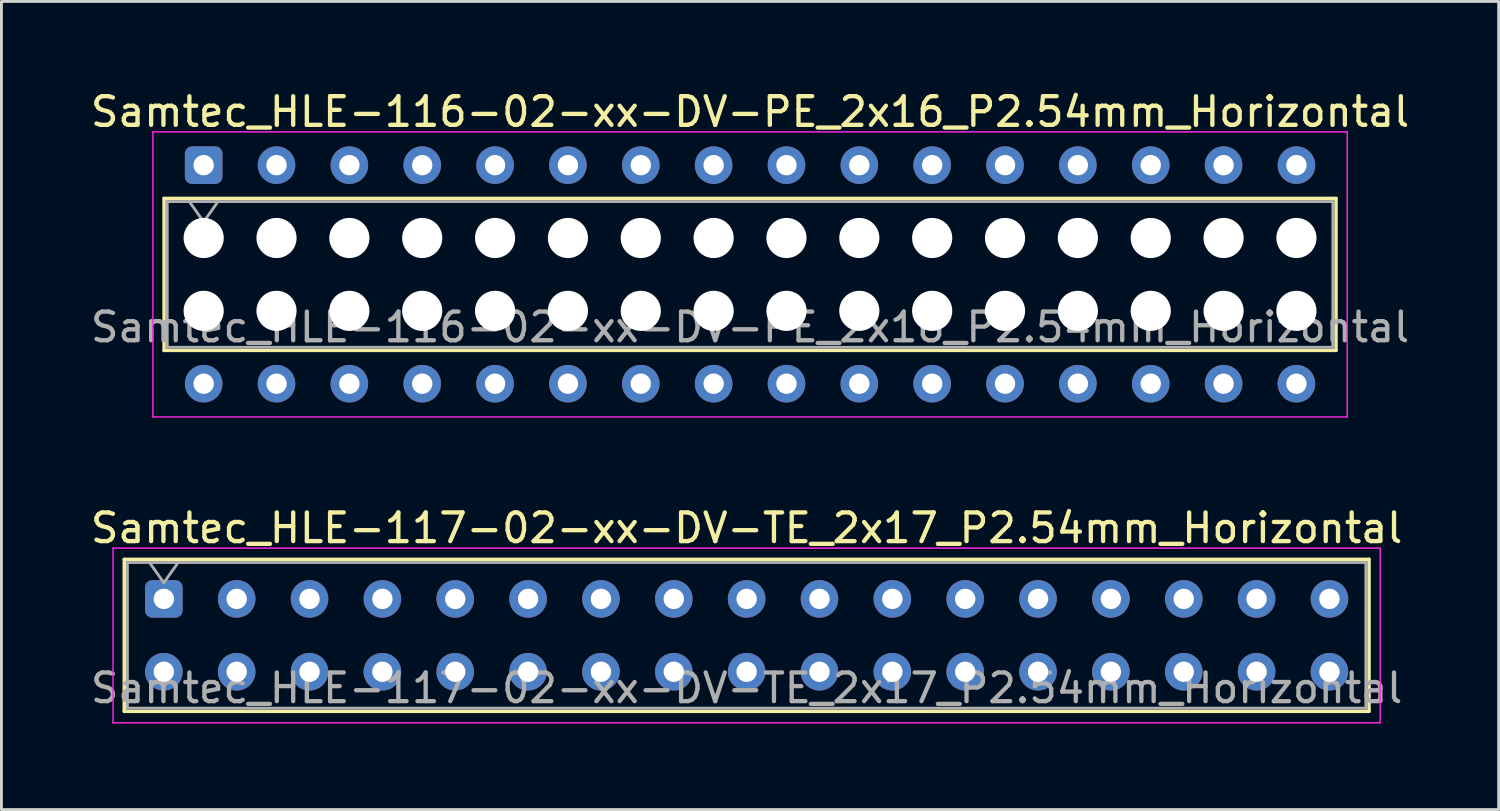
<source format=kicad_pcb>
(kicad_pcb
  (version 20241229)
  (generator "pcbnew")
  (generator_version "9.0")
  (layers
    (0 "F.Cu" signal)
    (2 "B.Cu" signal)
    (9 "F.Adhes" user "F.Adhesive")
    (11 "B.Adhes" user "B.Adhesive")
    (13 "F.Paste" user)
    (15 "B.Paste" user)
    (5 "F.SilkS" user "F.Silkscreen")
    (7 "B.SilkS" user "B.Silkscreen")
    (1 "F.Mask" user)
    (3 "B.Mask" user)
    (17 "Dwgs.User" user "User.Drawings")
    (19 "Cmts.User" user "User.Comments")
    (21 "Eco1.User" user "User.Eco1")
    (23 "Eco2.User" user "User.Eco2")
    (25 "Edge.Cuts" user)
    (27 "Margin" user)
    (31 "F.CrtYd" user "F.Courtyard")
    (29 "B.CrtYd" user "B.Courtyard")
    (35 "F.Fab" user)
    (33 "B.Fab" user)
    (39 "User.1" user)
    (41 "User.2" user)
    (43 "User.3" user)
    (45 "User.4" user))
  (footprint "Samtec_HLE-117-02-xx-DV-TE_2x17_P2.54mm_Horizontal"
    (layer "F.Cu")
    (at 2.662 17.831)
    (property "Reference" "Samtec_HLE-117-02-xx-DV-TE_2x17_P2.54mm_Horizontal" (at 20.32 -2.47 0) (layer "F.SilkS") (effects (font (size 1 1) (thickness 0.15))))
    (attr through_hole)
    (fp_line (start -1.38 -1.38) (end 42.02 -1.38) (stroke (width 0.12) (type solid)) (layer "F.SilkS"))
    (fp_line (start -1.38 3.92) (end -1.38 -1.38) (stroke (width 0.12) (type solid)) (layer "F.SilkS"))
    (fp_line (start 42.02 -1.38) (end 42.02 3.92) (stroke (width 0.12) (type solid)) (layer "F.SilkS"))
    (fp_line (start 42.02 3.92) (end -1.38 3.92) (stroke (width 0.12) (type solid)) (layer "F.SilkS"))
    (fp_line (start -1.77 -1.77) (end 42.41 -1.77) (stroke (width 0.05) (type solid)) (layer "F.CrtYd"))
    (fp_line (start -1.77 4.32) (end -1.77 -1.77) (stroke (width 0.05) (type solid)) (layer "F.CrtYd"))
    (fp_line (start 42.41 -1.77) (end 42.41 4.32) (stroke (width 0.05) (type solid)) (layer "F.CrtYd"))
    (fp_line (start 42.41 4.32) (end -1.77 4.32) (stroke (width 0.05) (type solid)) (layer "F.CrtYd"))
    (fp_line (start -1.27 -1.27) (end 41.91 -1.27) (stroke (width 0.1) (type solid)) (layer "F.Fab"))
    (fp_line (start -1.27 3.81) (end -1.27 -1.27) (stroke (width 0.1) (type solid)) (layer "F.Fab"))
    (fp_line (start -0.5 -1.27) (end 0 -0.563) (stroke (width 0.1) (type solid)) (layer "F.Fab"))
    (fp_line (start 0 -0.563) (end 0.5 -1.27) (stroke (width 0.1) (type solid)) (layer "F.Fab"))
    (fp_line (start 41.91 -1.27) (end 41.91 3.81) (stroke (width 0.1) (type solid)) (layer "F.Fab"))
    (fp_line (start 41.91 3.81) (end -1.27 3.81) (stroke (width 0.1) (type solid)) (layer "F.Fab"))
    (fp_text user "${REFERENCE}" (at 20.32 3.11 0) (layer "F.Fab") (effects (font (size 1 1) (thickness 0.15))))
    (pad "1" thru_hole roundrect (at 0 0) (size 1.31 1.31) (drill 0.71) (layers "*.Cu" "*.Mask") (roundrect_rratio 0.191))
    (pad "2" thru_hole circle (at 0 2.54) (size 1.31 1.31) (drill 0.71) (layers "*.Cu" "*.Mask"))
    (pad "3" thru_hole circle (at 2.54 0) (size 1.31 1.31) (drill 0.71) (layers "*.Cu" "*.Mask"))
    (pad "4" thru_hole circle (at 2.54 2.54) (size 1.31 1.31) (drill 0.71) (layers "*.Cu" "*.Mask"))
    (pad "5" thru_hole circle (at 5.08 0) (size 1.31 1.31) (drill 0.71) (layers "*.Cu" "*.Mask"))
    (pad "6" thru_hole circle (at 5.08 2.54) (size 1.31 1.31) (drill 0.71) (layers "*.Cu" "*.Mask"))
    (pad "7" thru_hole circle (at 7.62 0) (size 1.31 1.31) (drill 0.71) (layers "*.Cu" "*.Mask"))
    (pad "8" thru_hole circle (at 7.62 2.54) (size 1.31 1.31) (drill 0.71) (layers "*.Cu" "*.Mask"))
    (pad "9" thru_hole circle (at 10.16 0) (size 1.31 1.31) (drill 0.71) (layers "*.Cu" "*.Mask"))
    (pad "10" thru_hole circle (at 10.16 2.54) (size 1.31 1.31) (drill 0.71) (layers "*.Cu" "*.Mask"))
    (pad "11" thru_hole circle (at 12.7 0) (size 1.31 1.31) (drill 0.71) (layers "*.Cu" "*.Mask"))
    (pad "12" thru_hole circle (at 12.7 2.54) (size 1.31 1.31) (drill 0.71) (layers "*.Cu" "*.Mask"))
    (pad "13" thru_hole circle (at 15.24 0) (size 1.31 1.31) (drill 0.71) (layers "*.Cu" "*.Mask"))
    (pad "14" thru_hole circle (at 15.24 2.54) (size 1.31 1.31) (drill 0.71) (layers "*.Cu" "*.Mask"))
    (pad "15" thru_hole circle (at 17.78 0) (size 1.31 1.31) (drill 0.71) (layers "*.Cu" "*.Mask"))
    (pad "16" thru_hole circle (at 17.78 2.54) (size 1.31 1.31) (drill 0.71) (layers "*.Cu" "*.Mask"))
    (pad "17" thru_hole circle (at 20.32 0) (size 1.31 1.31) (drill 0.71) (layers "*.Cu" "*.Mask"))
    (pad "18" thru_hole circle (at 20.32 2.54) (size 1.31 1.31) (drill 0.71) (layers "*.Cu" "*.Mask"))
    (pad "19" thru_hole circle (at 22.86 0) (size 1.31 1.31) (drill 0.71) (layers "*.Cu" "*.Mask"))
    (pad "20" thru_hole circle (at 22.86 2.54) (size 1.31 1.31) (drill 0.71) (layers "*.Cu" "*.Mask"))
    (pad "21" thru_hole circle (at 25.4 0) (size 1.31 1.31) (drill 0.71) (layers "*.Cu" "*.Mask"))
    (pad "22" thru_hole circle (at 25.4 2.54) (size 1.31 1.31) (drill 0.71) (layers "*.Cu" "*.Mask"))
    (pad "23" thru_hole circle (at 27.94 0) (size 1.31 1.31) (drill 0.71) (layers "*.Cu" "*.Mask"))
    (pad "24" thru_hole circle (at 27.94 2.54) (size 1.31 1.31) (drill 0.71) (layers "*.Cu" "*.Mask"))
    (pad "25" thru_hole circle (at 30.48 0) (size 1.31 1.31) (drill 0.71) (layers "*.Cu" "*.Mask"))
    (pad "26" thru_hole circle (at 30.48 2.54) (size 1.31 1.31) (drill 0.71) (layers "*.Cu" "*.Mask"))
    (pad "27" thru_hole circle (at 33.02 0) (size 1.31 1.31) (drill 0.71) (layers "*.Cu" "*.Mask"))
    (pad "28" thru_hole circle (at 33.02 2.54) (size 1.31 1.31) (drill 0.71) (layers "*.Cu" "*.Mask"))
    (pad "29" thru_hole circle (at 35.56 0) (size 1.31 1.31) (drill 0.71) (layers "*.Cu" "*.Mask"))
    (pad "30" thru_hole circle (at 35.56 2.54) (size 1.31 1.31) (drill 0.71) (layers "*.Cu" "*.Mask"))
    (pad "31" thru_hole circle (at 38.1 0) (size 1.31 1.31) (drill 0.71) (layers "*.Cu" "*.Mask"))
    (pad "32" thru_hole circle (at 38.1 2.54) (size 1.31 1.31) (drill 0.71) (layers "*.Cu" "*.Mask"))
    (pad "33" thru_hole circle (at 40.64 0) (size 1.31 1.31) (drill 0.71) (layers "*.Cu" "*.Mask"))
    (pad "34" thru_hole circle (at 40.64 2.54) (size 1.31 1.31) (drill 0.71) (layers "*.Cu" "*.Mask")))
  (footprint "Samtec_HLE-116-02-xx-DV-PE_2x16_P2.54mm_Horizontal"
    (layer "F.Cu")
    (at 4.051 2.708)
    (property "Reference" "Samtec_HLE-116-02-xx-DV-PE_2x16_P2.54mm_Horizontal" (at 19.05 -1.86 0) (layer "F.SilkS") (effects (font (size 1 1) (thickness 0.15))))
    (attr through_hole)
    (fp_line (start -1.38 1.16) (end 39.48 1.16) (stroke (width 0.12) (type solid)) (layer "F.SilkS"))
    (fp_line (start -1.38 6.46) (end -1.38 1.16) (stroke (width 0.12) (type solid)) (layer "F.SilkS"))
    (fp_line (start 39.48 1.16) (end 39.48 6.46) (stroke (width 0.12) (type solid)) (layer "F.SilkS"))
    (fp_line (start 39.48 6.46) (end -1.38 6.46) (stroke (width 0.12) (type solid)) (layer "F.SilkS"))
    (fp_line (start -1.77 -1.16) (end 39.87 -1.16) (stroke (width 0.05) (type solid)) (layer "F.CrtYd"))
    (fp_line (start -1.77 8.78) (end -1.77 -1.16) (stroke (width 0.05) (type solid)) (layer "F.CrtYd"))
    (fp_line (start 39.87 -1.16) (end 39.87 8.78) (stroke (width 0.05) (type solid)) (layer "F.CrtYd"))
    (fp_line (start 39.87 8.78) (end -1.77 8.78) (stroke (width 0.05) (type solid)) (layer "F.CrtYd"))
    (fp_line (start -1.27 1.27) (end 39.37 1.27) (stroke (width 0.1) (type solid)) (layer "F.Fab"))
    (fp_line (start -1.27 6.35) (end -1.27 1.27) (stroke (width 0.1) (type solid)) (layer "F.Fab"))
    (fp_line (start -0.5 1.27) (end 0 1.977) (stroke (width 0.1) (type solid)) (layer "F.Fab"))
    (fp_line (start 0 1.977) (end 0.5 1.27) (stroke (width 0.1) (type solid)) (layer "F.Fab"))
    (fp_line (start 39.37 1.27) (end 39.37 6.35) (stroke (width 0.1) (type solid)) (layer "F.Fab"))
    (fp_line (start 39.37 6.35) (end -1.27 6.35) (stroke (width 0.1) (type solid)) (layer "F.Fab"))
    (fp_text user "${REFERENCE}" (at 19.05 5.65 0) (layer "F.Fab") (effects (font (size 1 1) (thickness 0.15))))
    (pad "" np_thru_hole circle (at 0 2.54) (size 1.4 1.4) (drill 1.4) (layers "*.Cu" "*.Mask"))
    (pad "" np_thru_hole circle (at 0 5.08) (size 1.4 1.4) (drill 1.4) (layers "*.Cu" "*.Mask"))
    (pad "" np_thru_hole circle (at 2.54 2.54) (size 1.4 1.4) (drill 1.4) (layers "*.Cu" "*.Mask"))
    (pad "" np_thru_hole circle (at 2.54 5.08) (size 1.4 1.4) (drill 1.4) (layers "*.Cu" "*.Mask"))
    (pad "" np_thru_hole circle (at 5.08 2.54) (size 1.4 1.4) (drill 1.4) (layers "*.Cu" "*.Mask"))
    (pad "" np_thru_hole circle (at 5.08 5.08) (size 1.4 1.4) (drill 1.4) (layers "*.Cu" "*.Mask"))
    (pad "" np_thru_hole circle (at 7.62 2.54) (size 1.4 1.4) (drill 1.4) (layers "*.Cu" "*.Mask"))
    (pad "" np_thru_hole circle (at 7.62 5.08) (size 1.4 1.4) (drill 1.4) (layers "*.Cu" "*.Mask"))
    (pad "" np_thru_hole circle (at 10.16 2.54) (size 1.4 1.4) (drill 1.4) (layers "*.Cu" "*.Mask"))
    (pad "" np_thru_hole circle (at 10.16 5.08) (size 1.4 1.4) (drill 1.4) (layers "*.Cu" "*.Mask"))
    (pad "" np_thru_hole circle (at 12.7 2.54) (size 1.4 1.4) (drill 1.4) (layers "*.Cu" "*.Mask"))
    (pad "" np_thru_hole circle (at 12.7 5.08) (size 1.4 1.4) (drill 1.4) (layers "*.Cu" "*.Mask"))
    (pad "" np_thru_hole circle (at 15.24 2.54) (size 1.4 1.4) (drill 1.4) (layers "*.Cu" "*.Mask"))
    (pad "" np_thru_hole circle (at 15.24 5.08) (size 1.4 1.4) (drill 1.4) (layers "*.Cu" "*.Mask"))
    (pad "" np_thru_hole circle (at 17.78 2.54) (size 1.4 1.4) (drill 1.4) (layers "*.Cu" "*.Mask"))
    (pad "" np_thru_hole circle (at 17.78 5.08) (size 1.4 1.4) (drill 1.4) (layers "*.Cu" "*.Mask"))
    (pad "" np_thru_hole circle (at 20.32 2.54) (size 1.4 1.4) (drill 1.4) (layers "*.Cu" "*.Mask"))
    (pad "" np_thru_hole circle (at 20.32 5.08) (size 1.4 1.4) (drill 1.4) (layers "*.Cu" "*.Mask"))
    (pad "" np_thru_hole circle (at 22.86 2.54) (size 1.4 1.4) (drill 1.4) (layers "*.Cu" "*.Mask"))
    (pad "" np_thru_hole circle (at 22.86 5.08) (size 1.4 1.4) (drill 1.4) (layers "*.Cu" "*.Mask"))
    (pad "" np_thru_hole circle (at 25.4 2.54) (size 1.4 1.4) (drill 1.4) (layers "*.Cu" "*.Mask"))
    (pad "" np_thru_hole circle (at 25.4 5.08) (size 1.4 1.4) (drill 1.4) (layers "*.Cu" "*.Mask"))
    (pad "" np_thru_hole circle (at 27.94 2.54) (size 1.4 1.4) (drill 1.4) (layers "*.Cu" "*.Mask"))
    (pad "" np_thru_hole circle (at 27.94 5.08) (size 1.4 1.4) (drill 1.4) (layers "*.Cu" "*.Mask"))
    (pad "" np_thru_hole circle (at 30.48 2.54) (size 1.4 1.4) (drill 1.4) (layers "*.Cu" "*.Mask"))
    (pad "" np_thru_hole circle (at 30.48 5.08) (size 1.4 1.4) (drill 1.4) (layers "*.Cu" "*.Mask"))
    (pad "" np_thru_hole circle (at 33.02 2.54) (size 1.4 1.4) (drill 1.4) (layers "*.Cu" "*.Mask"))
    (pad "" np_thru_hole circle (at 33.02 5.08) (size 1.4 1.4) (drill 1.4) (layers "*.Cu" "*.Mask"))
    (pad "" np_thru_hole circle (at 35.56 2.54) (size 1.4 1.4) (drill 1.4) (layers "*.Cu" "*.Mask"))
    (pad "" np_thru_hole circle (at 35.56 5.08) (size 1.4 1.4) (drill 1.4) (layers "*.Cu" "*.Mask"))
    (pad "" np_thru_hole circle (at 38.1 2.54) (size 1.4 1.4) (drill 1.4) (layers "*.Cu" "*.Mask"))
    (pad "" np_thru_hole circle (at 38.1 5.08) (size 1.4 1.4) (drill 1.4) (layers "*.Cu" "*.Mask"))
    (pad "1" thru_hole roundrect (at 0 0) (size 1.31 1.31) (drill 0.71) (layers "*.Cu" "*.Mask") (roundrect_rratio 0.191))
    (pad "2" thru_hole circle (at 0 7.62) (size 1.31 1.31) (drill 0.71) (layers "*.Cu" "*.Mask"))
    (pad "3" thru_hole circle (at 2.54 0) (size 1.31 1.31) (drill 0.71) (layers "*.Cu" "*.Mask"))
    (pad "4" thru_hole circle (at 2.54 7.62) (size 1.31 1.31) (drill 0.71) (layers "*.Cu" "*.Mask"))
    (pad "5" thru_hole circle (at 5.08 0) (size 1.31 1.31) (drill 0.71) (layers "*.Cu" "*.Mask"))
    (pad "6" thru_hole circle (at 5.08 7.62) (size 1.31 1.31) (drill 0.71) (layers "*.Cu" "*.Mask"))
    (pad "7" thru_hole circle (at 7.62 0) (size 1.31 1.31) (drill 0.71) (layers "*.Cu" "*.Mask"))
    (pad "8" thru_hole circle (at 7.62 7.62) (size 1.31 1.31) (drill 0.71) (layers "*.Cu" "*.Mask"))
    (pad "9" thru_hole circle (at 10.16 0) (size 1.31 1.31) (drill 0.71) (layers "*.Cu" "*.Mask"))
    (pad "10" thru_hole circle (at 10.16 7.62) (size 1.31 1.31) (drill 0.71) (layers "*.Cu" "*.Mask"))
    (pad "11" thru_hole circle (at 12.7 0) (size 1.31 1.31) (drill 0.71) (layers "*.Cu" "*.Mask"))
    (pad "12" thru_hole circle (at 12.7 7.62) (size 1.31 1.31) (drill 0.71) (layers "*.Cu" "*.Mask"))
    (pad "13" thru_hole circle (at 15.24 0) (size 1.31 1.31) (drill 0.71) (layers "*.Cu" "*.Mask"))
    (pad "14" thru_hole circle (at 15.24 7.62) (size 1.31 1.31) (drill 0.71) (layers "*.Cu" "*.Mask"))
    (pad "15" thru_hole circle (at 17.78 0) (size 1.31 1.31) (drill 0.71) (layers "*.Cu" "*.Mask"))
    (pad "16" thru_hole circle (at 17.78 7.62) (size 1.31 1.31) (drill 0.71) (layers "*.Cu" "*.Mask"))
    (pad "17" thru_hole circle (at 20.32 0) (size 1.31 1.31) (drill 0.71) (layers "*.Cu" "*.Mask"))
    (pad "18" thru_hole circle (at 20.32 7.62) (size 1.31 1.31) (drill 0.71) (layers "*.Cu" "*.Mask"))
    (pad "19" thru_hole circle (at 22.86 0) (size 1.31 1.31) (drill 0.71) (layers "*.Cu" "*.Mask"))
    (pad "20" thru_hole circle (at 22.86 7.62) (size 1.31 1.31) (drill 0.71) (layers "*.Cu" "*.Mask"))
    (pad "21" thru_hole circle (at 25.4 0) (size 1.31 1.31) (drill 0.71) (layers "*.Cu" "*.Mask"))
    (pad "22" thru_hole circle (at 25.4 7.62) (size 1.31 1.31) (drill 0.71) (layers "*.Cu" "*.Mask"))
    (pad "23" thru_hole circle (at 27.94 0) (size 1.31 1.31) (drill 0.71) (layers "*.Cu" "*.Mask"))
    (pad "24" thru_hole circle (at 27.94 7.62) (size 1.31 1.31) (drill 0.71) (layers "*.Cu" "*.Mask"))
    (pad "25" thru_hole circle (at 30.48 0) (size 1.31 1.31) (drill 0.71) (layers "*.Cu" "*.Mask"))
    (pad "26" thru_hole circle (at 30.48 7.62) (size 1.31 1.31) (drill 0.71) (layers "*.Cu" "*.Mask"))
    (pad "27" thru_hole circle (at 33.02 0) (size 1.31 1.31) (drill 0.71) (layers "*.Cu" "*.Mask"))
    (pad "28" thru_hole circle (at 33.02 7.62) (size 1.31 1.31) (drill 0.71) (layers "*.Cu" "*.Mask"))
    (pad "29" thru_hole circle (at 35.56 0) (size 1.31 1.31) (drill 0.71) (layers "*.Cu" "*.Mask"))
    (pad "30" thru_hole circle (at 35.56 7.62) (size 1.31 1.31) (drill 0.71) (layers "*.Cu" "*.Mask"))
    (pad "31" thru_hole circle (at 38.1 0) (size 1.31 1.31) (drill 0.71) (layers "*.Cu" "*.Mask"))
    (pad "32" thru_hole circle (at 38.1 7.62) (size 1.31 1.31) (drill 0.71) (layers "*.Cu" "*.Mask")))
  (gr_rect
    (start -3 -3)
    (end 49.202 25.177)
    (stroke (width 0.1) (type default))
    (fill no)
    (layer "Edge.Cuts")))
</source>
